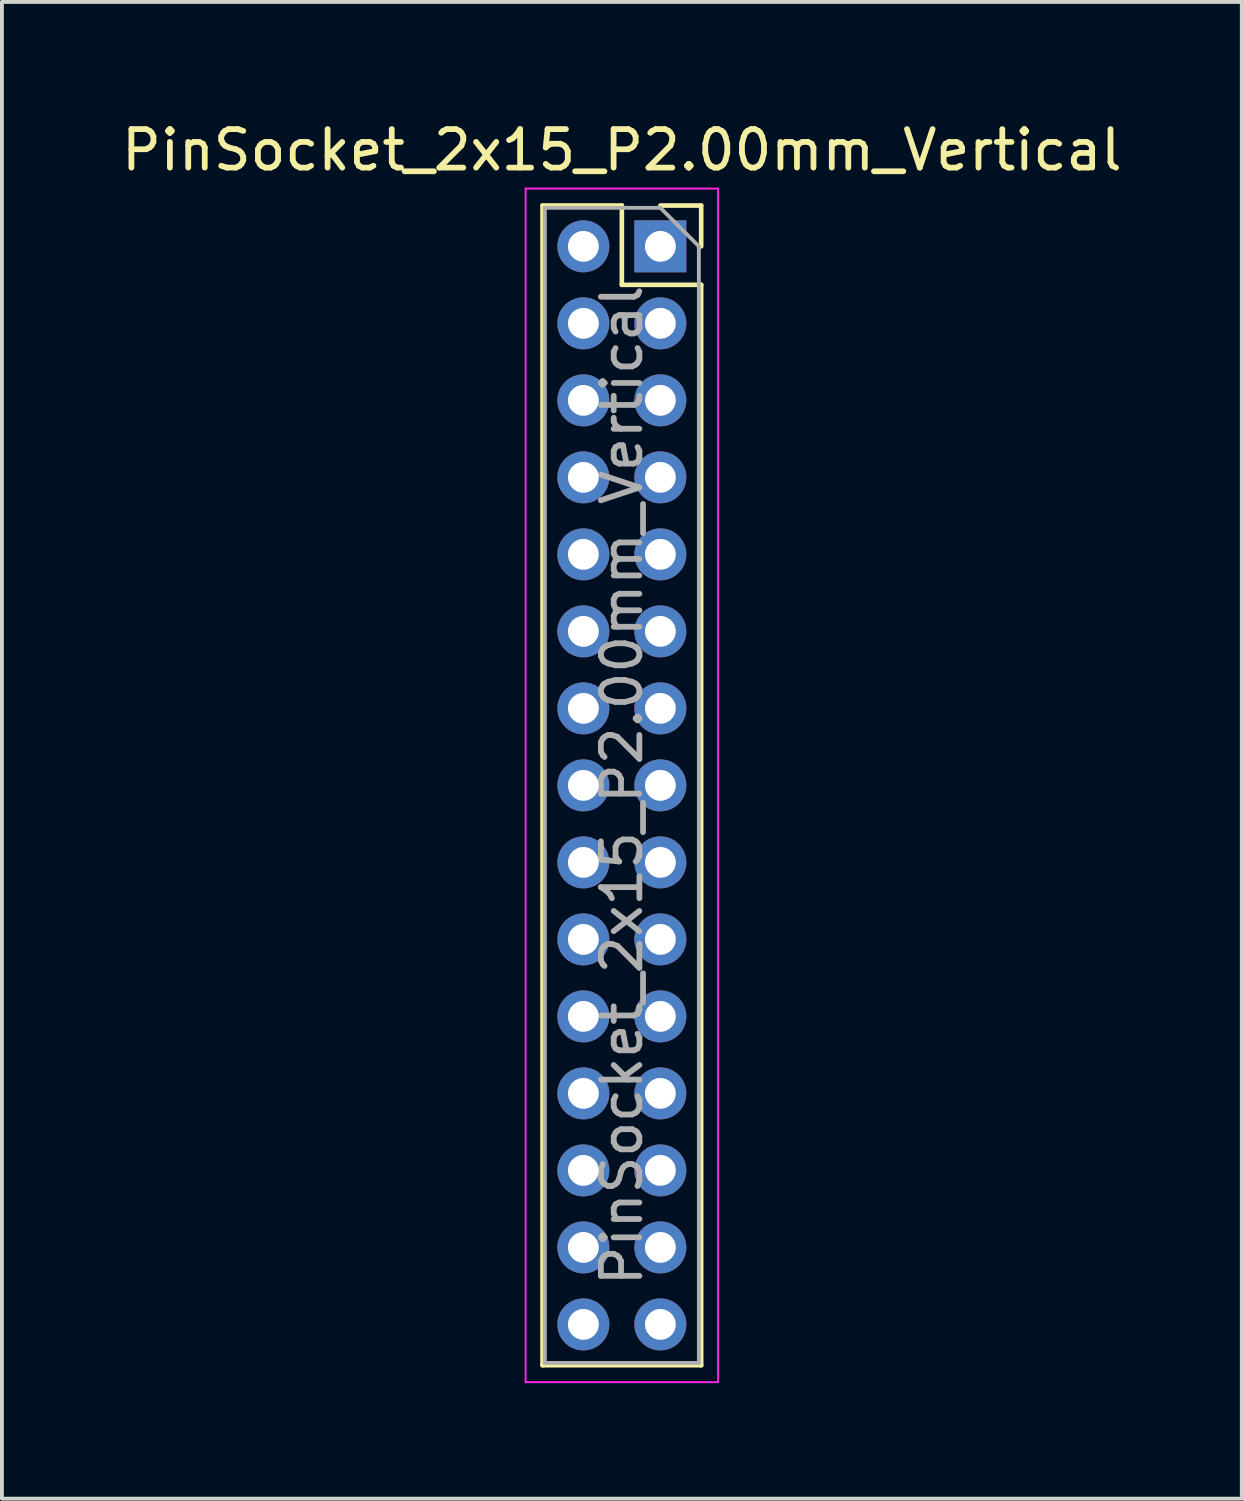
<source format=kicad_pcb>
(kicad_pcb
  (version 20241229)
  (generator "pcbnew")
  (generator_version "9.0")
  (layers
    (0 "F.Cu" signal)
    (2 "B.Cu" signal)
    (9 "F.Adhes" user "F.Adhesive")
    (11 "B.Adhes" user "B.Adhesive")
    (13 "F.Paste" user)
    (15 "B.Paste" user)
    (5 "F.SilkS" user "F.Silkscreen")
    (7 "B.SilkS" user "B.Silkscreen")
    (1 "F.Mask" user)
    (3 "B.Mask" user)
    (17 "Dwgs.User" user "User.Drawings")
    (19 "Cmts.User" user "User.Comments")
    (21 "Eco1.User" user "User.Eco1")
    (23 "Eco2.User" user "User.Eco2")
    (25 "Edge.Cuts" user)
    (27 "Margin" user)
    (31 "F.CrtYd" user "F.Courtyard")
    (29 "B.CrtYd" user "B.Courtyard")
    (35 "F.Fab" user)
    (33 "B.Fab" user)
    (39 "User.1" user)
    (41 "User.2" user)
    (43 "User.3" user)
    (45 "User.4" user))
  (footprint "PinSocket_2x15_P2.00mm_Vertical"
    (layer "F.Cu")
    (at 14.101 3.348)
    (property "Reference" "PinSocket_2x15_P2.00mm_Vertical" (at -1 -2.5 0) (layer "F.SilkS") (effects (font (size 1 1) (thickness 0.15))))
    (attr through_hole)
    (fp_line (start -3.06 -1.06) (end -3.06 29.06) (stroke (width 0.12) (type solid)) (layer "F.SilkS"))
    (fp_line (start -3.06 -1.06) (end -1 -1.06) (stroke (width 0.12) (type solid)) (layer "F.SilkS"))
    (fp_line (start -3.06 29.06) (end 1.06 29.06) (stroke (width 0.12) (type solid)) (layer "F.SilkS"))
    (fp_line (start -1 -1.06) (end -1 1) (stroke (width 0.12) (type solid)) (layer "F.SilkS"))
    (fp_line (start -1 1) (end 1.06 1) (stroke (width 0.12) (type solid)) (layer "F.SilkS"))
    (fp_line (start 0 -1.06) (end 1.06 -1.06) (stroke (width 0.12) (type solid)) (layer "F.SilkS"))
    (fp_line (start 1.06 -1.06) (end 1.06 0) (stroke (width 0.12) (type solid)) (layer "F.SilkS"))
    (fp_line (start 1.06 1) (end 1.06 29.06) (stroke (width 0.12) (type solid)) (layer "F.SilkS"))
    (fp_line (start -3.5 -1.5) (end 1.5 -1.5) (stroke (width 0.05) (type solid)) (layer "F.CrtYd"))
    (fp_line (start -3.5 29.5) (end -3.5 -1.5) (stroke (width 0.05) (type solid)) (layer "F.CrtYd"))
    (fp_line (start 1.5 -1.5) (end 1.5 29.5) (stroke (width 0.05) (type solid)) (layer "F.CrtYd"))
    (fp_line (start 1.5 29.5) (end -3.5 29.5) (stroke (width 0.05) (type solid)) (layer "F.CrtYd"))
    (fp_line (start -3 -1) (end 0 -1) (stroke (width 0.1) (type solid)) (layer "F.Fab"))
    (fp_line (start -3 29) (end -3 -1) (stroke (width 0.1) (type solid)) (layer "F.Fab"))
    (fp_line (start 0 -1) (end 1 0) (stroke (width 0.1) (type solid)) (layer "F.Fab"))
    (fp_line (start 1 0) (end 1 29) (stroke (width 0.1) (type solid)) (layer "F.Fab"))
    (fp_line (start 1 29) (end -3 29) (stroke (width 0.1) (type solid)) (layer "F.Fab"))
    (fp_text user "${REFERENCE}" (at -1 14 90) (layer "F.Fab") (effects (font (size 1 1) (thickness 0.15))))
    (pad "1" thru_hole rect (at 0 0) (size 1.35 1.35) (drill 0.8) (layers "*.Cu" "*.Mask"))
    (pad "2" thru_hole oval (at -2 0) (size 1.35 1.35) (drill 0.8) (layers "*.Cu" "*.Mask"))
    (pad "3" thru_hole oval (at 0 2) (size 1.35 1.35) (drill 0.8) (layers "*.Cu" "*.Mask"))
    (pad "4" thru_hole oval (at -2 2) (size 1.35 1.35) (drill 0.8) (layers "*.Cu" "*.Mask"))
    (pad "5" thru_hole oval (at 0 4) (size 1.35 1.35) (drill 0.8) (layers "*.Cu" "*.Mask"))
    (pad "6" thru_hole oval (at -2 4) (size 1.35 1.35) (drill 0.8) (layers "*.Cu" "*.Mask"))
    (pad "7" thru_hole oval (at 0 6) (size 1.35 1.35) (drill 0.8) (layers "*.Cu" "*.Mask"))
    (pad "8" thru_hole oval (at -2 6) (size 1.35 1.35) (drill 0.8) (layers "*.Cu" "*.Mask"))
    (pad "9" thru_hole oval (at 0 8) (size 1.35 1.35) (drill 0.8) (layers "*.Cu" "*.Mask"))
    (pad "10" thru_hole oval (at -2 8) (size 1.35 1.35) (drill 0.8) (layers "*.Cu" "*.Mask"))
    (pad "11" thru_hole oval (at 0 10) (size 1.35 1.35) (drill 0.8) (layers "*.Cu" "*.Mask"))
    (pad "12" thru_hole oval (at -2 10) (size 1.35 1.35) (drill 0.8) (layers "*.Cu" "*.Mask"))
    (pad "13" thru_hole oval (at 0 12) (size 1.35 1.35) (drill 0.8) (layers "*.Cu" "*.Mask"))
    (pad "14" thru_hole oval (at -2 12) (size 1.35 1.35) (drill 0.8) (layers "*.Cu" "*.Mask"))
    (pad "15" thru_hole oval (at 0 14) (size 1.35 1.35) (drill 0.8) (layers "*.Cu" "*.Mask"))
    (pad "16" thru_hole oval (at -2 14) (size 1.35 1.35) (drill 0.8) (layers "*.Cu" "*.Mask"))
    (pad "17" thru_hole oval (at 0 16) (size 1.35 1.35) (drill 0.8) (layers "*.Cu" "*.Mask"))
    (pad "18" thru_hole oval (at -2 16) (size 1.35 1.35) (drill 0.8) (layers "*.Cu" "*.Mask"))
    (pad "19" thru_hole oval (at 0 18) (size 1.35 1.35) (drill 0.8) (layers "*.Cu" "*.Mask"))
    (pad "20" thru_hole oval (at -2 18) (size 1.35 1.35) (drill 0.8) (layers "*.Cu" "*.Mask"))
    (pad "21" thru_hole oval (at 0 20) (size 1.35 1.35) (drill 0.8) (layers "*.Cu" "*.Mask"))
    (pad "22" thru_hole oval (at -2 20) (size 1.35 1.35) (drill 0.8) (layers "*.Cu" "*.Mask"))
    (pad "23" thru_hole oval (at 0 22) (size 1.35 1.35) (drill 0.8) (layers "*.Cu" "*.Mask"))
    (pad "24" thru_hole oval (at -2 22) (size 1.35 1.35) (drill 0.8) (layers "*.Cu" "*.Mask"))
    (pad "25" thru_hole oval (at 0 24) (size 1.35 1.35) (drill 0.8) (layers "*.Cu" "*.Mask"))
    (pad "26" thru_hole oval (at -2 24) (size 1.35 1.35) (drill 0.8) (layers "*.Cu" "*.Mask"))
    (pad "27" thru_hole oval (at 0 26) (size 1.35 1.35) (drill 0.8) (layers "*.Cu" "*.Mask"))
    (pad "28" thru_hole oval (at -2 26) (size 1.35 1.35) (drill 0.8) (layers "*.Cu" "*.Mask"))
    (pad "29" thru_hole oval (at 0 28) (size 1.35 1.35) (drill 0.8) (layers "*.Cu" "*.Mask"))
    (pad "30" thru_hole oval (at -2 28) (size 1.35 1.35) (drill 0.8) (layers "*.Cu" "*.Mask")))
  (gr_rect
    (start -3 -3)
    (end 29.202 35.873)
    (stroke (width 0.1) (type default))
    (fill no)
    (layer "Edge.Cuts")))
</source>
